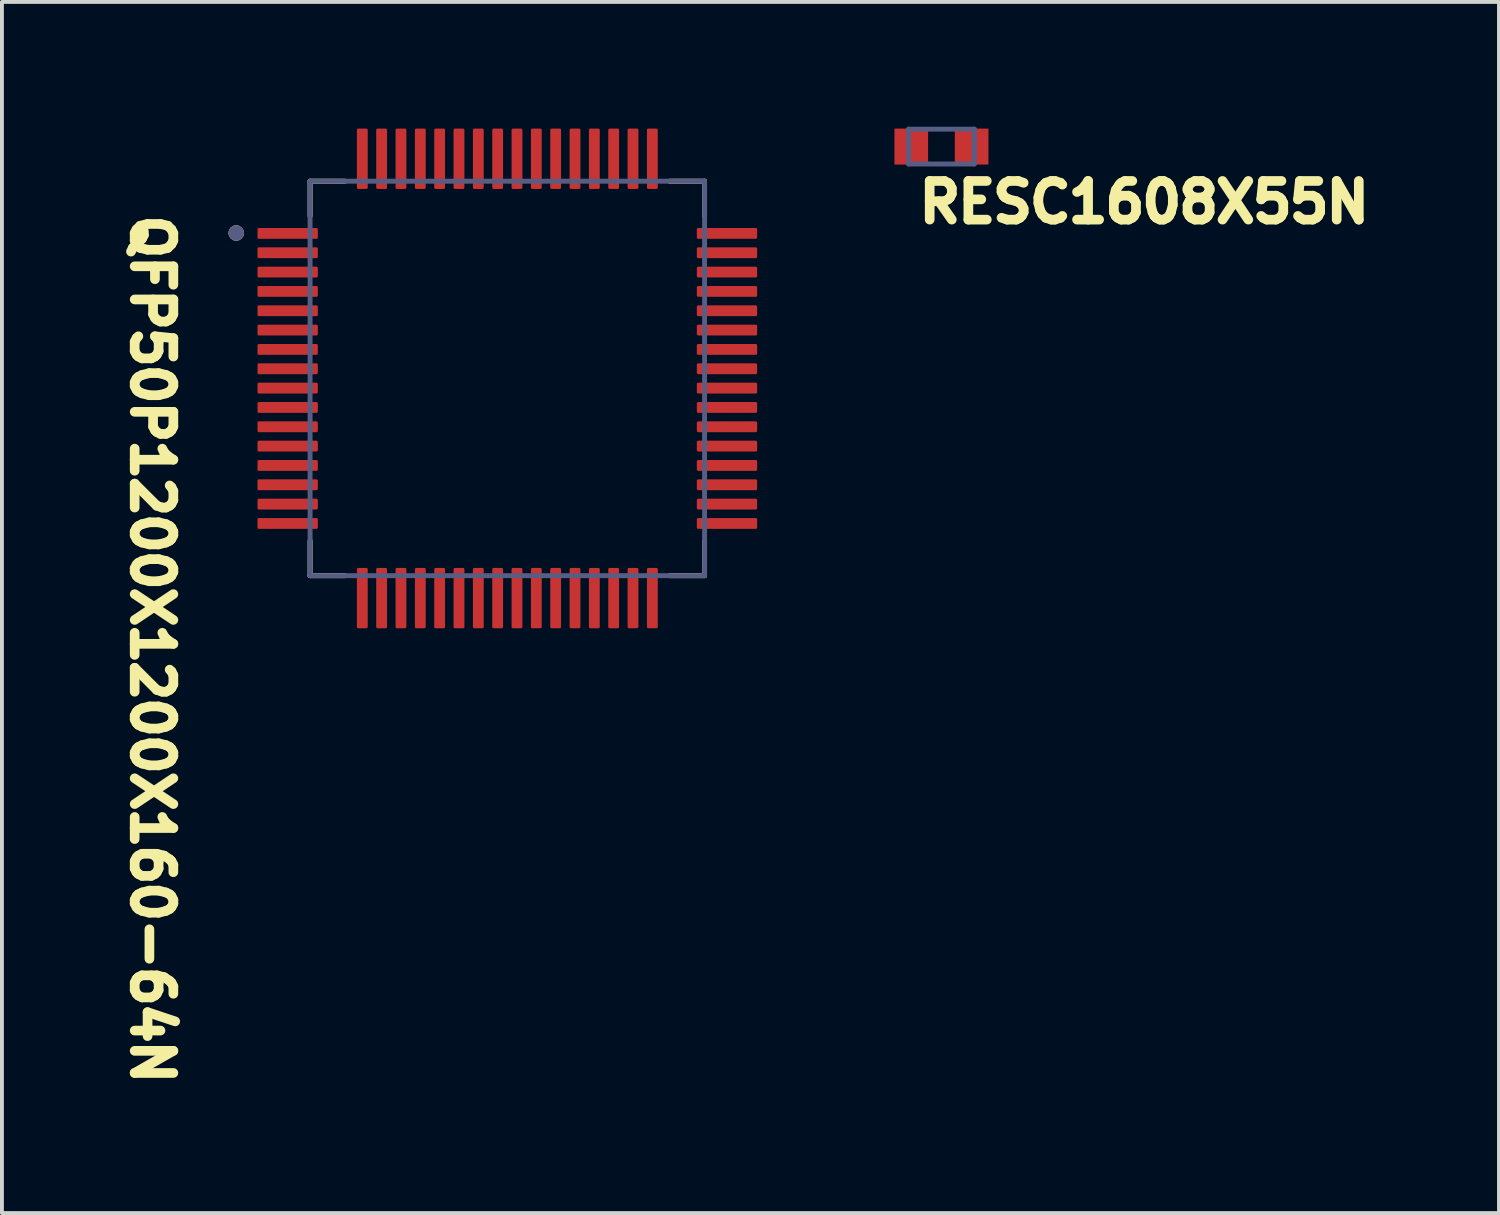
<source format=kicad_pcb>
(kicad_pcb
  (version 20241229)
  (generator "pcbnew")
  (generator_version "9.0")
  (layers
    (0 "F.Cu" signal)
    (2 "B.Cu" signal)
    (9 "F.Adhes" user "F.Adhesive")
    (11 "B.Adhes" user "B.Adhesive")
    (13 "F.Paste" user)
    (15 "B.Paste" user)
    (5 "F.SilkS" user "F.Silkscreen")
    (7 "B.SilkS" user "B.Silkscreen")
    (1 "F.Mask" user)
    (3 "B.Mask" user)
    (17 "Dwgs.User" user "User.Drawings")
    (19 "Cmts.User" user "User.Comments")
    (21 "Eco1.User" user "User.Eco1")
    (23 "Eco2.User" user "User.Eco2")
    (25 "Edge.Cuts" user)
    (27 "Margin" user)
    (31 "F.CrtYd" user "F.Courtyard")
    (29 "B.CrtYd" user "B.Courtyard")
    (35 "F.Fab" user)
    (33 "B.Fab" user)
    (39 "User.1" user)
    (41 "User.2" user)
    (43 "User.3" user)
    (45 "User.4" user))
  (footprint "RESC1608X55N"
    (layer "F.Cu")
    (at 21.293 0.74)
    (property "Reference" "RESC1608X55N" (at -0.706 2.024 0) (unlocked yes) (layer "F.SilkS") (effects (font (size 1 1) (thickness 0.254)) (justify left bottom)))
    (fp_line (start -1.465 -0.715) (end 1.465 -0.715) (stroke (width 0.05) (type solid)) (layer "Eco1.User"))
    (fp_line (start -1.465 0.715) (end -1.465 -0.715) (stroke (width 0.05) (type solid)) (layer "Eco1.User"))
    (fp_line (start -1.465 0.715) (end 1.465 0.715) (stroke (width 0.05) (type solid)) (layer "Eco1.User"))
    (fp_line (start 1.465 0.715) (end 1.465 -0.715) (stroke (width 0.05) (type solid)) (layer "Eco1.User"))
    (fp_line (start -0.85 -0.45) (end 0.85 -0.45) (stroke (width 0.127) (type solid)) (layer "B.Fab"))
    (fp_line (start -0.85 0.45) (end -0.85 -0.45) (stroke (width 0.127) (type solid)) (layer "B.Fab"))
    (fp_line (start -0.85 0.45) (end 0.85 0.45) (stroke (width 0.127) (type solid)) (layer "B.Fab"))
    (fp_line (start 0.85 0.45) (end 0.85 -0.45) (stroke (width 0.127) (type solid)) (layer "B.Fab"))
    (pad "1" smd rect (at -0.78 0) (size 0.87 0.93) (layers "F.Cu" "F.Mask" "F.Paste"))
    (pad "2" smd rect (at 0.78 0) (size 0.87 0.93) (layers "F.Cu" "F.Mask" "F.Paste")))
  (footprint "QFP50P1200X1200X160-64N"
    (layer "F.Cu")
    (at 10.068 6.735)
    (property "Reference" "QFP50P1200X1200X160-64N" (at -9.771 -4.349 270) (unlocked yes) (layer "F.SilkS") (effects (font (size 1 1) (thickness 0.254)) (justify left bottom)))
    (fp_line (start -5.1 -5.1) (end -5.1 -4.2) (stroke (width 0.127) (type solid)) (layer "F.SilkS"))
    (fp_line (start -5.1 -5.1) (end -4.2 -5.1) (stroke (width 0.127) (type solid)) (layer "F.SilkS"))
    (fp_line (start -5.1 4.2) (end -5.1 5.1) (stroke (width 0.127) (type solid)) (layer "F.SilkS"))
    (fp_line (start -5.1 5.1) (end -4.2 5.1) (stroke (width 0.127) (type solid)) (layer "F.SilkS"))
    (fp_line (start 4.2 -5.1) (end 5.1 -5.1) (stroke (width 0.127) (type solid)) (layer "F.SilkS"))
    (fp_line (start 4.2 5.1) (end 5.1 5.1) (stroke (width 0.127) (type solid)) (layer "F.SilkS"))
    (fp_line (start 5.1 -5.1) (end 5.1 -4.2) (stroke (width 0.127) (type solid)) (layer "F.SilkS"))
    (fp_line (start 5.1 4.2) (end 5.1 5.1) (stroke (width 0.127) (type solid)) (layer "F.SilkS"))
    (fp_circle (center -7.01 -3.76) (end -6.91 -3.76) (stroke (width 0.2) (type solid)) (fill no) (layer "F.SilkS"))
    (fp_line (start -6.71 -4.14) (end -6.71 4.14) (stroke (width 0.05) (type solid)) (layer "Eco1.User"))
    (fp_line (start -6.71 -4.14) (end -5.35 -4.14) (stroke (width 0.05) (type solid)) (layer "Eco1.User"))
    (fp_line (start -6.71 4.14) (end -5.35 4.14) (stroke (width 0.05) (type solid)) (layer "Eco1.User"))
    (fp_line (start -5.35 -5.35) (end -5.35 -4.14) (stroke (width 0.05) (type solid)) (layer "Eco1.User"))
    (fp_line (start -5.35 -5.35) (end -4.14 -5.35) (stroke (width 0.05) (type solid)) (layer "Eco1.User"))
    (fp_line (start -5.35 4.14) (end -5.35 5.35) (stroke (width 0.05) (type solid)) (layer "Eco1.User"))
    (fp_line (start -5.35 5.35) (end -4.14 5.35) (stroke (width 0.05) (type solid)) (layer "Eco1.User"))
    (fp_line (start -4.14 -6.71) (end -4.14 -5.35) (stroke (width 0.05) (type solid)) (layer "Eco1.User"))
    (fp_line (start -4.14 -6.71) (end 4.14 -6.71) (stroke (width 0.05) (type solid)) (layer "Eco1.User"))
    (fp_line (start -4.14 5.35) (end -4.14 6.71) (stroke (width 0.05) (type solid)) (layer "Eco1.User"))
    (fp_line (start -4.14 6.71) (end 4.14 6.71) (stroke (width 0.05) (type solid)) (layer "Eco1.User"))
    (fp_line (start 4.14 -6.71) (end 4.14 -5.35) (stroke (width 0.05) (type solid)) (layer "Eco1.User"))
    (fp_line (start 4.14 -5.35) (end 5.35 -5.35) (stroke (width 0.05) (type solid)) (layer "Eco1.User"))
    (fp_line (start 4.14 5.35) (end 4.14 6.71) (stroke (width 0.05) (type solid)) (layer "Eco1.User"))
    (fp_line (start 4.14 5.35) (end 5.35 5.35) (stroke (width 0.05) (type solid)) (layer "Eco1.User"))
    (fp_line (start 5.35 -5.35) (end 5.35 -4.14) (stroke (width 0.05) (type solid)) (layer "Eco1.User"))
    (fp_line (start 5.35 -4.14) (end 6.71 -4.14) (stroke (width 0.05) (type solid)) (layer "Eco1.User"))
    (fp_line (start 5.35 4.14) (end 5.35 5.35) (stroke (width 0.05) (type solid)) (layer "Eco1.User"))
    (fp_line (start 5.35 4.14) (end 6.71 4.14) (stroke (width 0.05) (type solid)) (layer "Eco1.User"))
    (fp_line (start 6.71 -4.14) (end 6.71 4.14) (stroke (width 0.05) (type solid)) (layer "Eco1.User"))
    (fp_line (start -5.1 -5.1) (end -5.1 5.1) (stroke (width 0.127) (type solid)) (layer "B.Fab"))
    (fp_line (start -5.1 -5.1) (end 5.1 -5.1) (stroke (width 0.127) (type solid)) (layer "B.Fab"))
    (fp_line (start -5.1 5.1) (end 5.1 5.1) (stroke (width 0.127) (type solid)) (layer "B.Fab"))
    (fp_line (start 5.1 -5.1) (end 5.1 5.1) (stroke (width 0.127) (type solid)) (layer "B.Fab"))
    (fp_circle (center -7.01 -3.76) (end -6.91 -3.76) (stroke (width 0.2) (type solid)) (fill no) (layer "B.Fab"))
    (pad "" smd roundrect (at -3.25 -5.68 270) (size 1.56 0.28) (layers "F.Cu" "F.Mask" "F.Paste") (roundrect_rratio 0.125))
    (pad "1" smd roundrect (at -5.68 -3.75 180) (size 1.56 0.28) (layers "F.Cu" "F.Mask" "F.Paste") (roundrect_rratio 0.125))
    (pad "2" smd roundrect (at -5.68 -3.25) (size 1.56 0.28) (layers "F.Cu" "F.Mask" "F.Paste") (roundrect_rratio 0.125))
    (pad "3" smd roundrect (at -5.68 -2.75) (size 1.56 0.28) (layers "F.Cu" "F.Mask" "F.Paste") (roundrect_rratio 0.125))
    (pad "4" smd roundrect (at -5.68 -2.25) (size 1.56 0.28) (layers "F.Cu" "F.Mask" "F.Paste") (roundrect_rratio 0.125))
    (pad "5" smd roundrect (at -5.68 -1.75) (size 1.56 0.28) (layers "F.Cu" "F.Mask" "F.Paste") (roundrect_rratio 0.125))
    (pad "6" smd roundrect (at -5.68 -1.25) (size 1.56 0.28) (layers "F.Cu" "F.Mask" "F.Paste") (roundrect_rratio 0.125))
    (pad "7" smd roundrect (at -5.68 -0.75) (size 1.56 0.28) (layers "F.Cu" "F.Mask" "F.Paste") (roundrect_rratio 0.125))
    (pad "8" smd roundrect (at -5.68 -0.25) (size 1.56 0.28) (layers "F.Cu" "F.Mask" "F.Paste") (roundrect_rratio 0.125))
    (pad "9" smd roundrect (at -5.68 0.25) (size 1.56 0.28) (layers "F.Cu" "F.Mask" "F.Paste") (roundrect_rratio 0.125))
    (pad "10" smd roundrect (at -5.68 0.75) (size 1.56 0.28) (layers "F.Cu" "F.Mask" "F.Paste") (roundrect_rratio 0.125))
    (pad "11" smd roundrect (at -5.68 1.25) (size 1.56 0.28) (layers "F.Cu" "F.Mask" "F.Paste") (roundrect_rratio 0.125))
    (pad "12" smd roundrect (at -5.68 1.75) (size 1.56 0.28) (layers "F.Cu" "F.Mask" "F.Paste") (roundrect_rratio 0.125))
    (pad "13" smd roundrect (at -5.68 2.25) (size 1.56 0.28) (layers "F.Cu" "F.Mask" "F.Paste") (roundrect_rratio 0.125))
    (pad "14" smd roundrect (at -5.68 2.75) (size 1.56 0.28) (layers "F.Cu" "F.Mask" "F.Paste") (roundrect_rratio 0.125))
    (pad "15" smd roundrect (at -5.68 3.25) (size 1.56 0.28) (layers "F.Cu" "F.Mask" "F.Paste") (roundrect_rratio 0.125))
    (pad "16" smd roundrect (at -5.68 3.75) (size 1.56 0.28) (layers "F.Cu" "F.Mask" "F.Paste") (roundrect_rratio 0.125))
    (pad "17" smd roundrect (at -3.75 5.68 90) (size 1.56 0.28) (layers "F.Cu" "F.Mask" "F.Paste") (roundrect_rratio 0.125))
    (pad "18" smd roundrect (at -3.25 5.68 90) (size 1.56 0.28) (layers "F.Cu" "F.Mask" "F.Paste") (roundrect_rratio 0.125))
    (pad "19" smd roundrect (at -2.75 5.68 90) (size 1.56 0.28) (layers "F.Cu" "F.Mask" "F.Paste") (roundrect_rratio 0.125))
    (pad "20" smd roundrect (at -2.25 5.68 90) (size 1.56 0.28) (layers "F.Cu" "F.Mask" "F.Paste") (roundrect_rratio 0.125))
    (pad "21" smd roundrect (at -1.75 5.68 90) (size 1.56 0.28) (layers "F.Cu" "F.Mask" "F.Paste") (roundrect_rratio 0.125))
    (pad "22" smd roundrect (at -1.25 5.68 90) (size 1.56 0.28) (layers "F.Cu" "F.Mask" "F.Paste") (roundrect_rratio 0.125))
    (pad "23" smd roundrect (at -0.75 5.68 90) (size 1.56 0.28) (layers "F.Cu" "F.Mask" "F.Paste") (roundrect_rratio 0.125))
    (pad "24" smd roundrect (at -0.25 5.68 90) (size 1.56 0.28) (layers "F.Cu" "F.Mask" "F.Paste") (roundrect_rratio 0.125))
    (pad "25" smd roundrect (at 0.25 5.68 90) (size 1.56 0.28) (layers "F.Cu" "F.Mask" "F.Paste") (roundrect_rratio 0.125))
    (pad "26" smd roundrect (at 0.75 5.68 90) (size 1.56 0.28) (layers "F.Cu" "F.Mask" "F.Paste") (roundrect_rratio 0.125))
    (pad "27" smd roundrect (at 1.25 5.68 90) (size 1.56 0.28) (layers "F.Cu" "F.Mask" "F.Paste") (roundrect_rratio 0.125))
    (pad "28" smd roundrect (at 1.75 5.68 90) (size 1.56 0.28) (layers "F.Cu" "F.Mask" "F.Paste") (roundrect_rratio 0.125))
    (pad "29" smd roundrect (at 2.25 5.68 90) (size 1.56 0.28) (layers "F.Cu" "F.Mask" "F.Paste") (roundrect_rratio 0.125))
    (pad "30" smd roundrect (at 2.75 5.68 90) (size 1.56 0.28) (layers "F.Cu" "F.Mask" "F.Paste") (roundrect_rratio 0.125))
    (pad "31" smd roundrect (at 3.25 5.68 90) (size 1.56 0.28) (layers "F.Cu" "F.Mask" "F.Paste") (roundrect_rratio 0.125))
    (pad "32" smd roundrect (at 3.75 5.68 90) (size 1.56 0.28) (layers "F.Cu" "F.Mask" "F.Paste") (roundrect_rratio 0.125))
    (pad "33" smd roundrect (at 5.68 3.75 180) (size 1.56 0.28) (layers "F.Cu" "F.Mask" "F.Paste") (roundrect_rratio 0.125))
    (pad "34" smd roundrect (at 5.68 3.25 180) (size 1.56 0.28) (layers "F.Cu" "F.Mask" "F.Paste") (roundrect_rratio 0.125))
    (pad "35" smd roundrect (at 5.68 2.75 180) (size 1.56 0.28) (layers "F.Cu" "F.Mask" "F.Paste") (roundrect_rratio 0.125))
    (pad "36" smd roundrect (at 5.68 2.25 180) (size 1.56 0.28) (layers "F.Cu" "F.Mask" "F.Paste") (roundrect_rratio 0.125))
    (pad "37" smd roundrect (at 5.68 1.75 180) (size 1.56 0.28) (layers "F.Cu" "F.Mask" "F.Paste") (roundrect_rratio 0.125))
    (pad "38" smd roundrect (at 5.68 1.25 180) (size 1.56 0.28) (layers "F.Cu" "F.Mask" "F.Paste") (roundrect_rratio 0.125))
    (pad "39" smd roundrect (at 5.68 0.75 180) (size 1.56 0.28) (layers "F.Cu" "F.Mask" "F.Paste") (roundrect_rratio 0.125))
    (pad "40" smd roundrect (at 5.68 0.25 180) (size 1.56 0.28) (layers "F.Cu" "F.Mask" "F.Paste") (roundrect_rratio 0.125))
    (pad "41" smd roundrect (at 5.68 -0.25 180) (size 1.56 0.28) (layers "F.Cu" "F.Mask" "F.Paste") (roundrect_rratio 0.125))
    (pad "42" smd roundrect (at 5.68 -0.75 180) (size 1.56 0.28) (layers "F.Cu" "F.Mask" "F.Paste") (roundrect_rratio 0.125))
    (pad "43" smd roundrect (at 5.68 -1.25 180) (size 1.56 0.28) (layers "F.Cu" "F.Mask" "F.Paste") (roundrect_rratio 0.125))
    (pad "44" smd roundrect (at 5.68 -1.75 180) (size 1.56 0.28) (layers "F.Cu" "F.Mask" "F.Paste") (roundrect_rratio 0.125))
    (pad "45" smd roundrect (at 5.68 -2.25 180) (size 1.56 0.28) (layers "F.Cu" "F.Mask" "F.Paste") (roundrect_rratio 0.125))
    (pad "46" smd roundrect (at 5.68 -2.75 180) (size 1.56 0.28) (layers "F.Cu" "F.Mask" "F.Paste") (roundrect_rratio 0.125))
    (pad "47" smd roundrect (at 5.68 -3.25 180) (size 1.56 0.28) (layers "F.Cu" "F.Mask" "F.Paste") (roundrect_rratio 0.125))
    (pad "48" smd roundrect (at 5.68 -3.75 180) (size 1.56 0.28) (layers "F.Cu" "F.Mask" "F.Paste") (roundrect_rratio 0.125))
    (pad "49" smd roundrect (at 3.75 -5.68 270) (size 1.56 0.28) (layers "F.Cu" "F.Mask" "F.Paste") (roundrect_rratio 0.125))
    (pad "50" smd roundrect (at 3.25 -5.68 270) (size 1.56 0.28) (layers "F.Cu" "F.Mask" "F.Paste") (roundrect_rratio 0.125))
    (pad "51" smd roundrect (at 2.75 -5.68 270) (size 1.56 0.28) (layers "F.Cu" "F.Mask" "F.Paste") (roundrect_rratio 0.125))
    (pad "52" smd roundrect (at 2.25 -5.68 270) (size 1.56 0.28) (layers "F.Cu" "F.Mask" "F.Paste") (roundrect_rratio 0.125))
    (pad "53" smd roundrect (at 1.75 -5.68 270) (size 1.56 0.28) (layers "F.Cu" "F.Mask" "F.Paste") (roundrect_rratio 0.125))
    (pad "54" smd roundrect (at 1.25 -5.68 270) (size 1.56 0.28) (layers "F.Cu" "F.Mask" "F.Paste") (roundrect_rratio 0.125))
    (pad "55" smd roundrect (at 0.75 -5.68 270) (size 1.56 0.28) (layers "F.Cu" "F.Mask" "F.Paste") (roundrect_rratio 0.125))
    (pad "56" smd roundrect (at 0.25 -5.68 270) (size 1.56 0.28) (layers "F.Cu" "F.Mask" "F.Paste") (roundrect_rratio 0.125))
    (pad "57" smd roundrect (at -0.25 -5.68 270) (size 1.56 0.28) (layers "F.Cu" "F.Mask" "F.Paste") (roundrect_rratio 0.125))
    (pad "58" smd roundrect (at -0.75 -5.68 270) (size 1.56 0.28) (layers "F.Cu" "F.Mask" "F.Paste") (roundrect_rratio 0.125))
    (pad "59" smd roundrect (at -1.25 -5.68 270) (size 1.56 0.28) (layers "F.Cu" "F.Mask" "F.Paste") (roundrect_rratio 0.125))
    (pad "60" smd roundrect (at -1.75 -5.68 270) (size 1.56 0.28) (layers "F.Cu" "F.Mask" "F.Paste") (roundrect_rratio 0.125))
    (pad "61" smd roundrect (at -2.25 -5.68 270) (size 1.56 0.28) (layers "F.Cu" "F.Mask" "F.Paste") (roundrect_rratio 0.125))
    (pad "62" smd roundrect (at -2.75 -5.68 270) (size 1.56 0.28) (layers "F.Cu" "F.Mask" "F.Paste") (roundrect_rratio 0.125))
    (pad "64" smd roundrect (at -3.75 -5.68 270) (size 1.56 0.28) (layers "F.Cu" "F.Mask" "F.Paste") (roundrect_rratio 0.125)))
  (gr_rect
    (start -3 -3)
    (end 35.709 28.317)
    (stroke (width 0.1) (type default))
    (fill no)
    (layer "Edge.Cuts")))
</source>
